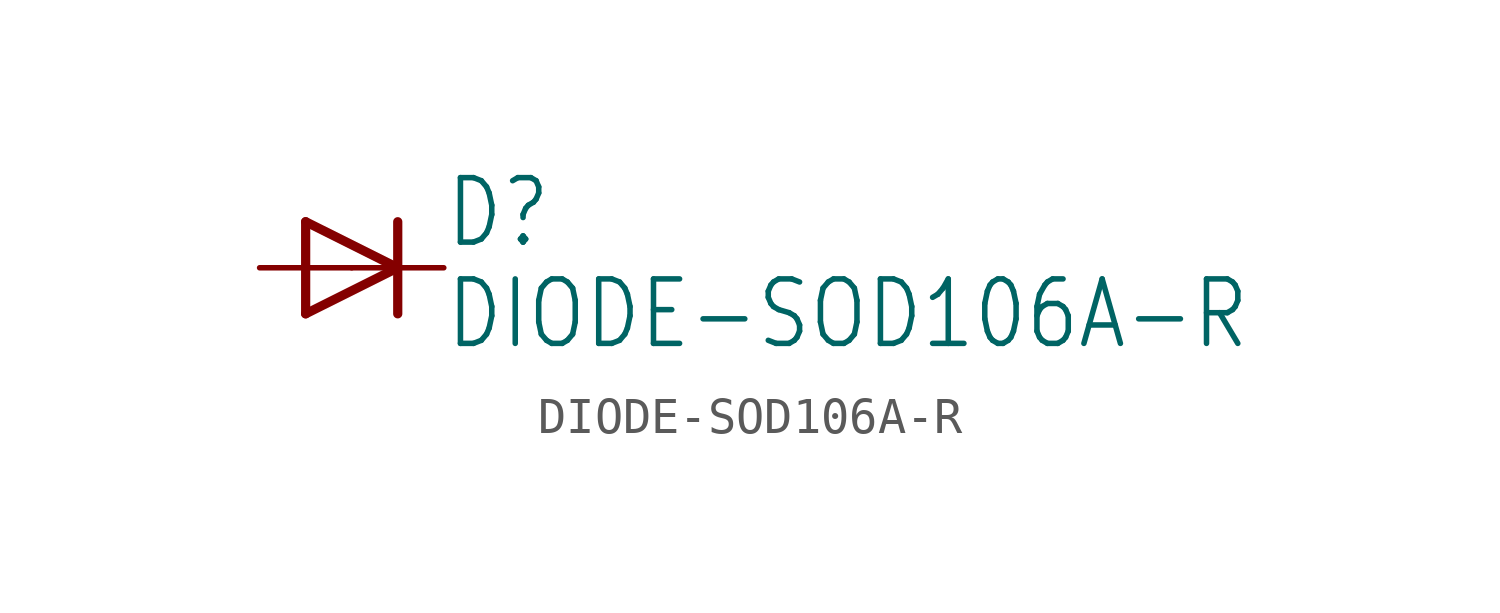
<source format=kicad_sym>
(kicad_symbol_lib
  (version 20211014)
  (generator kicad_symbol_editor)
  (symbol "DIODE-SOD106A-R"
    (property "Reference" "D"
      (at 2.54 0.483 0)
      (effects (font (size 1.778 1.511)) (justify left bottom)))
    (property "Value" "DIODE-SOD106A-R"
      (at 2.54 -2.311 0)
      (effects (font (size 1.778 1.511)) (justify left bottom)))
    (property "ki_locked" ""
      (at 0 0 0)
      (effects (font (size 1.27 1.27))))
    (symbol "DIODE-SOD106A-R_1_0"
      (polyline (pts (xy -1.27 -1.27) (xy 1.27 0)) (stroke (width 0.254) (type default) (color 0 0 0 0)) (fill (type none)))
      (polyline (pts (xy -1.27 1.27) (xy -1.27 -1.27)) (stroke (width 0.254) (type default) (color 0 0 0 0)) (fill (type none)))
      (polyline (pts (xy 1.27 0) (xy -1.27 1.27)) (stroke (width 0.254) (type default) (color 0 0 0 0)) (fill (type none)))
      (polyline (pts (xy 1.27 0) (xy 1.27 -1.27)) (stroke (width 0.254) (type default) (color 0 0 0 0)) (fill (type none)))
      (polyline (pts (xy 1.27 1.27) (xy 1.27 0)) (stroke (width 0.254) (type default) (color 0 0 0 0)) (fill (type none)))
      (pin passive line (at -2.54 0 0) (length 2.54) (name "A" (effects (font (size 0 0)))) (number "A" (effects (font (size 0 0)))))
      (pin passive line (at 2.54 0 180) (length 2.54) (name "C" (effects (font (size 0 0)))) (number "C" (effects (font (size 0 0))))))))
</source>
